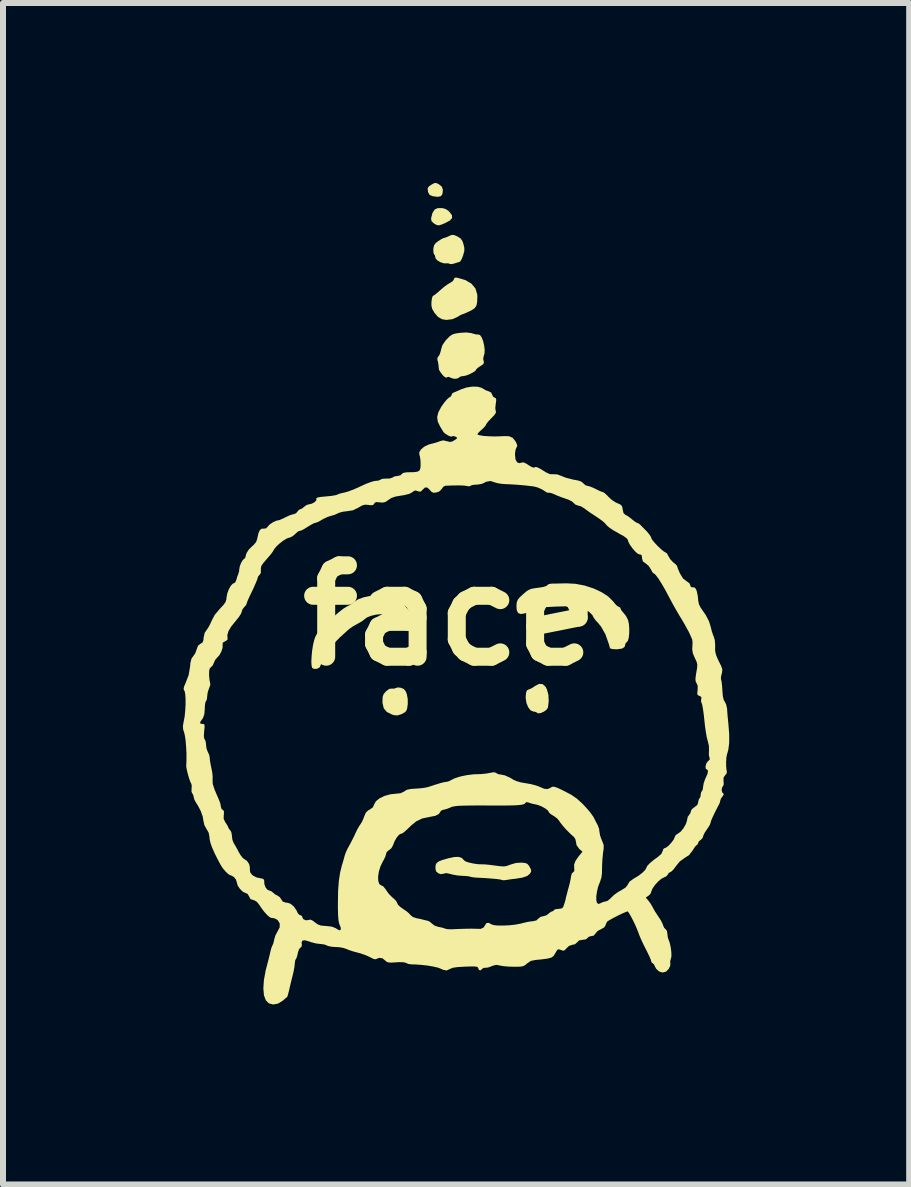
<source format=kicad_pcb>
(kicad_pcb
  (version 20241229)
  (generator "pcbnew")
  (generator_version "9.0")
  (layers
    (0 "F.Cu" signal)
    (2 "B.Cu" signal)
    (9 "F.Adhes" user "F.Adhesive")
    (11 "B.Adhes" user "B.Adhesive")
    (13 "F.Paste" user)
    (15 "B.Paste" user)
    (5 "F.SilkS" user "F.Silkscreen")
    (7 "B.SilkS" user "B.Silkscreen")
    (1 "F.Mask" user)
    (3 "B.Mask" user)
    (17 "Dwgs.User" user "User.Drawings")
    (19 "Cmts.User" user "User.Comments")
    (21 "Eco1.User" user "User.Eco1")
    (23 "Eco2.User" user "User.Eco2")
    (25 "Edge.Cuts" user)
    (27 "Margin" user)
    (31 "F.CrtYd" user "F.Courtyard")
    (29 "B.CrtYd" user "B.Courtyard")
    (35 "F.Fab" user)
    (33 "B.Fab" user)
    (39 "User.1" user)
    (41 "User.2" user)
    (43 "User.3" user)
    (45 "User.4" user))
  (footprint "face"
    (layer "F.Cu")
    (at 4.457 7.21)
    (property "Reference" "face" (at 0 0 0) (layer "F.SilkS") (effects (font (size 1.524 1.524) (thickness 0.3))))
    (attr board_only exclude_from_pos_files exclude_from_bom)
    (fp_poly (pts (xy -0.201 -7.194) (xy -0.186 -7.185) (xy -0.14 -7.147) (xy -0.124 -7.099) (xy -0.123 -7.085) (xy -0.131 -7.022) (xy -0.158 -6.988) (xy -0.211 -6.978) (xy -0.294 -6.989) (xy -0.297 -6.99) (xy -0.344 -7.01) (xy -0.367 -7.051) (xy -0.372 -7.07) (xy -0.377 -7.116) (xy -0.361 -7.147) (xy -0.318 -7.179) (xy -0.317 -7.179) (xy -0.27 -7.205) (xy -0.238 -7.21)) (stroke (width 0) (type solid)) (fill yes) (layer "F.SilkS"))
    (fp_poly (pts (xy -0.129 -6.79) (xy -0.073 -6.774) (xy -0.024 -6.738) (xy -0.013 -6.727) (xy 0.028 -6.673) (xy 0.031 -6.626) (xy -0.005 -6.584) (xy -0.081 -6.543) (xy -0.082 -6.542) (xy -0.147 -6.515) (xy -0.189 -6.503) (xy -0.22 -6.507) (xy -0.255 -6.524) (xy -0.271 -6.534) (xy -0.312 -6.572) (xy -0.32 -6.619) (xy -0.319 -6.621) (xy -0.297 -6.709) (xy -0.259 -6.767) (xy -0.209 -6.79) (xy -0.208 -6.79)) (stroke (width 0) (type solid)) (fill yes) (layer "F.SilkS"))
    (fp_poly (pts (xy 1.539 1.146) (xy 1.588 1.189) (xy 1.611 1.232) (xy 1.636 1.322) (xy 1.642 1.429) (xy 1.63 1.53) (xy 1.627 1.541) (xy 1.604 1.575) (xy 1.56 1.606) (xy 1.511 1.628) (xy 1.468 1.634) (xy 1.449 1.624) (xy 1.421 1.609) (xy 1.387 1.604) (xy 1.341 1.585) (xy 1.301 1.535) (xy 1.271 1.463) (xy 1.258 1.378) (xy 1.259 1.341) (xy 1.266 1.279) (xy 1.282 1.248) (xy 1.305 1.237) (xy 1.348 1.22) (xy 1.401 1.187) (xy 1.411 1.179) (xy 1.48 1.143)) (stroke (width 0) (type solid)) (fill yes) (layer "F.SilkS"))
    (fp_poly (pts (xy -0.821 1.208) (xy -0.774 1.228) (xy -0.744 1.264) (xy -0.724 1.313) (xy -0.709 1.393) (xy -0.708 1.481) (xy -0.72 1.559) (xy -0.737 1.598) (xy -0.765 1.622) (xy -0.814 1.648) (xy -0.823 1.651) (xy -0.88 1.668) (xy -0.932 1.665) (xy -0.974 1.652) (xy -1.058 1.61) (xy -1.108 1.55) (xy -1.129 1.465) (xy -1.13 1.428) (xy -1.127 1.359) (xy -1.111 1.313) (xy -1.075 1.271) (xy -1.071 1.266) (xy -1.016 1.226) (xy -0.976 1.221) (xy -0.932 1.222) (xy -0.914 1.213) (xy -0.87 1.201)) (stroke (width 0) (type solid)) (fill yes) (layer "F.SilkS"))
    (fp_poly (pts (xy 0.118 -5.629) (xy 0.253 -5.59) (xy 0.354 -5.53) (xy 0.42 -5.45) (xy 0.45 -5.351) (xy 0.452 -5.317) (xy 0.449 -5.225) (xy 0.436 -5.164) (xy 0.406 -5.121) (xy 0.355 -5.087) (xy 0.319 -5.069) (xy 0.259 -5.042) (xy 0.213 -5.023) (xy 0.197 -5.018) (xy 0.171 -5.007) (xy 0.129 -4.981) (xy 0.126 -4.979) (xy 0.036 -4.938) (xy -0.066 -4.926) (xy -0.138 -4.938) (xy -0.205 -4.977) (xy -0.263 -5.044) (xy -0.3 -5.108) (xy -0.314 -5.164) (xy -0.313 -5.229) (xy -0.305 -5.286) (xy -0.293 -5.321) (xy -0.287 -5.327) (xy -0.264 -5.34) (xy -0.221 -5.374) (xy -0.166 -5.422) (xy -0.164 -5.424) (xy -0.101 -5.478) (xy -0.04 -5.522) (xy 0.002 -5.546) (xy 0.044 -5.574) (xy 0.062 -5.605) (xy 0.062 -5.606) (xy 0.072 -5.629) (xy 0.107 -5.631)) (stroke (width 0) (type solid)) (fill yes) (layer "F.SilkS"))
    (fp_poly (pts (xy 0.06 -6.342) (xy 0.111 -6.322) (xy 0.117 -6.319) (xy 0.171 -6.286) (xy 0.203 -6.241) (xy 0.22 -6.191) (xy 0.235 -6.126) (xy 0.234 -6.071) (xy 0.215 -6.004) (xy 0.214 -5.999) (xy 0.191 -5.941) (xy 0.168 -5.903) (xy 0.157 -5.894) (xy 0.123 -5.884) (xy 0.07 -5.868) (xy 0.067 -5.866) (xy 0.019 -5.856) (xy -0.009 -5.86) (xy -0.01 -5.861) (xy -0.036 -5.871) (xy -0.057 -5.869) (xy -0.106 -5.87) (xy -0.163 -5.888) (xy -0.214 -5.918) (xy -0.244 -5.951) (xy -0.247 -5.963) (xy -0.256 -6.003) (xy -0.267 -6.016) (xy -0.279 -6.042) (xy -0.282 -6.093) (xy -0.282 -6.108) (xy -0.272 -6.165) (xy -0.244 -6.206) (xy -0.199 -6.241) (xy -0.148 -6.273) (xy -0.11 -6.291) (xy -0.101 -6.293) (xy -0.07 -6.302) (xy -0.022 -6.323) (xy -0.02 -6.325) (xy 0.023 -6.343)) (stroke (width 0) (type solid)) (fill yes) (layer "F.SilkS"))
    (fp_poly (pts (xy 0.352 -4.706) (xy 0.367 -4.701) (xy 0.422 -4.686) (xy 0.461 -4.682) (xy 0.466 -4.683) (xy 0.496 -4.674) (xy 0.524 -4.635) (xy 0.548 -4.574) (xy 0.565 -4.501) (xy 0.574 -4.428) (xy 0.571 -4.363) (xy 0.557 -4.321) (xy 0.549 -4.278) (xy 0.556 -4.245) (xy 0.562 -4.211) (xy 0.545 -4.185) (xy 0.503 -4.157) (xy 0.458 -4.126) (xy 0.433 -4.102) (xy 0.432 -4.097) (xy 0.415 -4.074) (xy 0.371 -4.046) (xy 0.315 -4.018) (xy 0.259 -3.997) (xy 0.22 -3.99) (xy 0.176 -3.984) (xy 0.156 -3.972) (xy 0.122 -3.95) (xy 0.07 -3.944) (xy 0.02 -3.956) (xy 0.01 -3.962) (xy -0.032 -3.978) (xy -0.053 -3.968) (xy -0.079 -3.965) (xy -0.115 -3.994) (xy -0.131 -4.012) (xy -0.166 -4.058) (xy -0.187 -4.094) (xy -0.188 -4.1) (xy -0.193 -4.138) (xy -0.196 -4.175) (xy -0.205 -4.229) (xy -0.215 -4.259) (xy -0.212 -4.299) (xy -0.197 -4.317) (xy -0.175 -4.353) (xy -0.157 -4.41) (xy -0.154 -4.429) (xy -0.13 -4.506) (xy -0.077 -4.583) (xy -0.057 -4.604) (xy -0.007 -4.655) (xy 0.037 -4.684) (xy 0.091 -4.7) (xy 0.159 -4.71) (xy 0.269 -4.717)) (stroke (width 0) (type solid)) (fill yes) (layer "F.SilkS"))
    (fp_poly (pts (xy 0.192 4.044) (xy 0.23 4.083) (xy 0.232 4.086) (xy 0.261 4.105) (xy 0.319 4.123) (xy 0.391 4.139) (xy 0.465 4.149) (xy 0.524 4.151) (xy 0.575 4.152) (xy 0.65 4.159) (xy 0.736 4.17) (xy 0.749 4.172) (xy 0.834 4.183) (xy 0.892 4.186) (xy 0.937 4.18) (xy 0.981 4.164) (xy 0.996 4.158) (xy 1.097 4.128) (xy 1.182 4.123) (xy 1.246 4.128) (xy 1.285 4.143) (xy 1.313 4.175) (xy 1.323 4.192) (xy 1.347 4.239) (xy 1.349 4.271) (xy 1.33 4.306) (xy 1.284 4.345) (xy 1.202 4.373) (xy 1.083 4.392) (xy 1.059 4.394) (xy 0.99 4.403) (xy 0.936 4.412) (xy 0.888 4.417) (xy 0.861 4.412) (xy 0.834 4.404) (xy 0.774 4.396) (xy 0.687 4.388) (xy 0.581 4.38) (xy 0.464 4.374) (xy 0.452 4.374) (xy 0.392 4.369) (xy 0.348 4.362) (xy 0.339 4.359) (xy 0.309 4.351) (xy 0.251 4.345) (xy 0.2 4.343) (xy 0.117 4.336) (xy 0.038 4.322) (xy 0.003 4.312) (xy -0.065 4.297) (xy -0.108 4.306) (xy -0.155 4.315) (xy -0.194 4.303) (xy -0.232 4.275) (xy -0.246 4.23) (xy -0.247 4.209) (xy -0.243 4.162) (xy -0.226 4.128) (xy -0.189 4.101) (xy -0.125 4.077) (xy -0.034 4.051) (xy 0.068 4.029) (xy 0.141 4.027)) (stroke (width 0) (type solid)) (fill yes) (layer "F.SilkS"))
    (fp_poly (pts (xy -1.04 -0.352) (xy -1.014 -0.336) (xy -0.969 -0.322) (xy -0.912 -0.297) (xy -0.844 -0.246) (xy -0.774 -0.18) (xy -0.712 -0.109) (xy -0.668 -0.041) (xy -0.655 -0.009) (xy -0.643 0.045) (xy -0.65 0.078) (xy -0.678 0.106) (xy -0.679 0.107) (xy -0.741 0.14) (xy -0.8 0.133) (xy -0.858 0.09) (xy -0.957 0.02) (xy -1.077 -0.016) (xy -1.146 -0.02) (xy -1.234 -0.013) (xy -1.319 0.007) (xy -1.389 0.035) (xy -1.428 0.064) (xy -1.458 0.089) (xy -1.512 0.122) (xy -1.552 0.144) (xy -1.622 0.183) (xy -1.684 0.227) (xy -1.708 0.247) (xy -1.757 0.292) (xy -1.817 0.347) (xy -1.843 0.37) (xy -1.902 0.43) (xy -1.955 0.495) (xy -1.972 0.519) (xy -2.009 0.574) (xy -2.046 0.615) (xy -2.055 0.622) (xy -2.082 0.656) (xy -2.113 0.713) (xy -2.129 0.751) (xy -2.152 0.811) (xy -2.171 0.854) (xy -2.178 0.867) (xy -2.219 0.89) (xy -2.267 0.893) (xy -2.301 0.878) (xy -2.312 0.841) (xy -2.316 0.774) (xy -2.312 0.687) (xy -2.303 0.591) (xy -2.288 0.495) (xy -2.268 0.412) (xy -2.252 0.363) (xy -2.23 0.32) (xy -2.198 0.275) (xy -2.149 0.22) (xy -2.08 0.15) (xy -2.02 0.093) (xy -1.937 0.016) (xy -1.857 -0.053) (xy -1.789 -0.107) (xy -1.739 -0.139) (xy -1.73 -0.144) (xy -1.661 -0.18) (xy -1.599 -0.226) (xy -1.595 -0.23) (xy -1.532 -0.269) (xy -1.441 -0.302) (xy -1.335 -0.324) (xy -1.228 -0.332) (xy -1.208 -0.331) (xy -1.146 -0.335) (xy -1.095 -0.347) (xy -1.091 -0.349) (xy -1.055 -0.359)) (stroke (width 0) (type solid)) (fill yes) (layer "F.SilkS"))
    (fp_poly (pts (xy 2.088 -0.526) (xy 2.241 -0.497) (xy 2.389 -0.449) (xy 2.524 -0.386) (xy 2.636 -0.313) (xy 2.718 -0.231) (xy 2.727 -0.219) (xy 2.765 -0.173) (xy 2.799 -0.147) (xy 2.808 -0.144) (xy 2.835 -0.129) (xy 2.838 -0.117) (xy 2.852 -0.085) (xy 2.886 -0.045) (xy 2.889 -0.042) (xy 2.931 0.012) (xy 2.964 0.076) (xy 2.965 0.08) (xy 2.979 0.144) (xy 2.985 0.222) (xy 2.984 0.303) (xy 2.976 0.374) (xy 2.962 0.423) (xy 2.95 0.438) (xy 2.924 0.466) (xy 2.92 0.479) (xy 2.907 0.526) (xy 2.864 0.554) (xy 2.788 0.565) (xy 2.776 0.566) (xy 2.714 0.563) (xy 2.673 0.554) (xy 2.663 0.546) (xy 2.653 0.509) (xy 2.646 0.483) (xy 2.588 0.318) (xy 2.515 0.188) (xy 2.471 0.134) (xy 2.425 0.084) (xy 2.395 0.044) (xy 2.386 0.027) (xy 2.369 -0.005) (xy 2.328 -0.047) (xy 2.273 -0.09) (xy 2.216 -0.124) (xy 2.18 -0.138) (xy 2.118 -0.146) (xy 2.021 -0.151) (xy 1.897 -0.15) (xy 1.751 -0.146) (xy 1.594 -0.137) (xy 1.442 -0.112) (xy 1.342 -0.074) (xy 1.245 -0.033) (xy 1.175 -0.022) (xy 1.13 -0.04) (xy 1.108 -0.09) (xy 1.104 -0.158) (xy 1.109 -0.216) (xy 1.125 -0.259) (xy 1.159 -0.301) (xy 1.204 -0.343) (xy 1.26 -0.392) (xy 1.304 -0.423) (xy 1.35 -0.442) (xy 1.411 -0.453) (xy 1.487 -0.463) (xy 1.557 -0.475) (xy 1.604 -0.491) (xy 1.617 -0.503) (xy 1.644 -0.522) (xy 1.697 -0.53) (xy 1.703 -0.53) (xy 1.762 -0.53) (xy 1.844 -0.532) (xy 1.933 -0.534) (xy 1.94 -0.534)) (stroke (width 0) (type solid)) (fill yes) (layer "F.SilkS"))
    (fp_poly (pts (xy 0.457 -3.812) (xy 0.526 -3.793) (xy 0.543 -3.782) (xy 0.596 -3.751) (xy 0.641 -3.736) (xy 0.684 -3.713) (xy 0.695 -3.686) (xy 0.716 -3.645) (xy 0.739 -3.631) (xy 0.761 -3.618) (xy 0.767 -3.592) (xy 0.761 -3.54) (xy 0.758 -3.524) (xy 0.751 -3.453) (xy 0.758 -3.409) (xy 0.76 -3.404) (xy 0.761 -3.378) (xy 0.731 -3.334) (xy 0.688 -3.29) (xy 0.64 -3.24) (xy 0.607 -3.199) (xy 0.596 -3.178) (xy 0.582 -3.154) (xy 0.545 -3.115) (xy 0.519 -3.092) (xy 0.477 -3.053) (xy 0.454 -3.024) (xy 0.453 -3.016) (xy 0.487 -3.003) (xy 0.552 -2.992) (xy 0.64 -2.986) (xy 0.741 -2.983) (xy 0.846 -2.986) (xy 0.895 -2.989) (xy 0.98 -2.987) (xy 1.041 -2.96) (xy 1.088 -2.902) (xy 1.101 -2.877) (xy 1.118 -2.832) (xy 1.108 -2.803) (xy 1.104 -2.799) (xy 1.09 -2.765) (xy 1.081 -2.707) (xy 1.08 -2.674) (xy 1.089 -2.597) (xy 1.116 -2.55) (xy 1.156 -2.537) (xy 1.187 -2.547) (xy 1.221 -2.551) (xy 1.27 -2.529) (xy 1.303 -2.506) (xy 1.361 -2.471) (xy 1.398 -2.463) (xy 1.405 -2.466) (xy 1.422 -2.475) (xy 1.45 -2.469) (xy 1.495 -2.447) (xy 1.564 -2.405) (xy 1.588 -2.389) (xy 1.658 -2.355) (xy 1.716 -2.353) (xy 1.717 -2.353) (xy 1.782 -2.351) (xy 1.836 -2.331) (xy 1.927 -2.295) (xy 2.052 -2.263) (xy 2.134 -2.248) (xy 2.187 -2.229) (xy 2.222 -2.199) (xy 2.222 -2.198) (xy 2.257 -2.167) (xy 2.285 -2.16) (xy 2.326 -2.15) (xy 2.386 -2.126) (xy 2.423 -2.108) (xy 2.481 -2.079) (xy 2.527 -2.06) (xy 2.543 -2.057) (xy 2.569 -2.042) (xy 2.61 -2.006) (xy 2.634 -1.98) (xy 2.694 -1.925) (xy 2.762 -1.881) (xy 2.785 -1.871) (xy 2.839 -1.847) (xy 2.865 -1.819) (xy 2.875 -1.772) (xy 2.875 -1.764) (xy 2.889 -1.705) (xy 2.919 -1.677) (xy 2.922 -1.676) (xy 2.962 -1.654) (xy 3.013 -1.616) (xy 3.028 -1.603) (xy 3.074 -1.566) (xy 3.108 -1.544) (xy 3.116 -1.543) (xy 3.146 -1.529) (xy 3.172 -1.507) (xy 3.208 -1.469) (xy 3.228 -1.45) (xy 3.28 -1.397) (xy 3.323 -1.344) (xy 3.349 -1.302) (xy 3.352 -1.288) (xy 3.367 -1.26) (xy 3.403 -1.216) (xy 3.452 -1.163) (xy 3.506 -1.112) (xy 3.553 -1.071) (xy 3.586 -1.05) (xy 3.591 -1.049) (xy 3.614 -1.032) (xy 3.636 -0.99) (xy 3.637 -0.989) (xy 3.668 -0.936) (xy 3.715 -0.887) (xy 3.721 -0.882) (xy 3.762 -0.848) (xy 3.783 -0.821) (xy 3.784 -0.817) (xy 3.792 -0.788) (xy 3.813 -0.737) (xy 3.83 -0.699) (xy 3.881 -0.615) (xy 3.941 -0.569) (xy 3.989 -0.534) (xy 4.003 -0.5) (xy 4.013 -0.472) (xy 4.046 -0.468) (xy 4.079 -0.462) (xy 4.1 -0.432) (xy 4.112 -0.396) (xy 4.127 -0.324) (xy 4.134 -0.254) (xy 4.134 -0.25) (xy 4.147 -0.184) (xy 4.176 -0.127) (xy 4.26 -0.006) (xy 4.315 0.101) (xy 4.343 0.192) (xy 4.361 0.265) (xy 4.383 0.331) (xy 4.393 0.353) (xy 4.41 0.409) (xy 4.417 0.485) (xy 4.417 0.52) (xy 4.416 0.575) (xy 4.422 0.624) (xy 4.438 0.677) (xy 4.467 0.744) (xy 4.512 0.834) (xy 4.519 0.849) (xy 4.537 0.901) (xy 4.531 0.956) (xy 4.525 0.977) (xy 4.513 1.03) (xy 4.514 1.069) (xy 4.516 1.072) (xy 4.524 1.103) (xy 4.531 1.163) (xy 4.537 1.24) (xy 4.537 1.25) (xy 4.545 1.348) (xy 4.56 1.412) (xy 4.578 1.441) (xy 4.601 1.488) (xy 4.616 1.557) (xy 4.617 1.578) (xy 4.622 1.653) (xy 4.631 1.746) (xy 4.638 1.814) (xy 4.651 1.986) (xy 4.651 2.127) (xy 4.636 2.243) (xy 4.613 2.324) (xy 4.604 2.371) (xy 4.6 2.439) (xy 4.6 2.511) (xy 4.605 2.57) (xy 4.611 2.594) (xy 4.609 2.635) (xy 4.585 2.664) (xy 4.557 2.705) (xy 4.556 2.759) (xy 4.557 2.767) (xy 4.56 2.82) (xy 4.547 2.847) (xy 4.529 2.878) (xy 4.526 2.921) (xy 4.539 2.958) (xy 4.55 2.967) (xy 4.562 2.983) (xy 4.542 3.015) (xy 4.54 3.017) (xy 4.513 3.056) (xy 4.504 3.082) (xy 4.495 3.12) (xy 4.486 3.142) (xy 4.421 3.268) (xy 4.376 3.362) (xy 4.349 3.424) (xy 4.34 3.458) (xy 4.34 3.46) (xy 4.328 3.492) (xy 4.298 3.542) (xy 4.278 3.57) (xy 4.242 3.624) (xy 4.22 3.671) (xy 4.217 3.686) (xy 4.2 3.723) (xy 4.175 3.743) (xy 4.142 3.772) (xy 4.134 3.794) (xy 4.119 3.825) (xy 4.109 3.83) (xy 4.085 3.853) (xy 4.054 3.898) (xy 4.042 3.919) (xy 3.981 3.998) (xy 3.915 4.04) (xy 3.827 4.103) (xy 3.765 4.179) (xy 3.725 4.233) (xy 3.69 4.269) (xy 3.672 4.278) (xy 3.643 4.295) (xy 3.63 4.318) (xy 3.603 4.351) (xy 3.562 4.37) (xy 3.518 4.393) (xy 3.465 4.439) (xy 3.413 4.496) (xy 3.373 4.554) (xy 3.353 4.601) (xy 3.352 4.607) (xy 3.337 4.645) (xy 3.306 4.674) (xy 3.26 4.705) (xy 3.302 4.754) (xy 3.34 4.806) (xy 3.377 4.869) (xy 3.379 4.874) (xy 3.414 4.937) (xy 3.46 5.007) (xy 3.475 5.029) (xy 3.514 5.089) (xy 3.542 5.147) (xy 3.548 5.166) (xy 3.567 5.21) (xy 3.59 5.232) (xy 3.612 5.259) (xy 3.62 5.306) (xy 3.626 5.363) (xy 3.639 5.404) (xy 3.66 5.461) (xy 3.676 5.535) (xy 3.686 5.614) (xy 3.688 5.681) (xy 3.68 5.721) (xy 3.667 5.766) (xy 3.669 5.791) (xy 3.669 5.839) (xy 3.643 5.894) (xy 3.6 5.938) (xy 3.595 5.941) (xy 3.539 5.955) (xy 3.481 5.937) (xy 3.433 5.892) (xy 3.416 5.86) (xy 3.396 5.818) (xy 3.374 5.8) (xy 3.374 5.8) (xy 3.355 5.783) (xy 3.352 5.77) (xy 3.343 5.739) (xy 3.319 5.683) (xy 3.283 5.609) (xy 3.263 5.569) (xy 3.219 5.483) (xy 3.181 5.4) (xy 3.153 5.334) (xy 3.147 5.317) (xy 3.123 5.253) (xy 3.091 5.177) (xy 3.054 5.099) (xy 3.017 5.027) (xy 2.985 4.971) (xy 2.963 4.94) (xy 2.957 4.936) (xy 2.927 4.945) (xy 2.873 4.969) (xy 2.804 5.002) (xy 2.733 5.038) (xy 2.671 5.072) (xy 2.627 5.098) (xy 2.615 5.108) (xy 2.595 5.148) (xy 2.588 5.171) (xy 2.564 5.205) (xy 2.512 5.233) (xy 2.511 5.234) (xy 2.458 5.262) (xy 2.425 5.3) (xy 2.424 5.302) (xy 2.392 5.34) (xy 2.355 5.347) (xy 2.311 5.358) (xy 2.29 5.378) (xy 2.261 5.402) (xy 2.209 5.409) (xy 2.148 5.42) (xy 2.118 5.45) (xy 2.079 5.484) (xy 2.041 5.491) (xy 1.981 5.511) (xy 1.942 5.547) (xy 1.908 5.584) (xy 1.878 5.591) (xy 1.845 5.579) (xy 1.81 5.567) (xy 1.786 5.576) (xy 1.762 5.614) (xy 1.753 5.631) (xy 1.723 5.679) (xy 1.688 5.705) (xy 1.63 5.721) (xy 1.613 5.724) (xy 1.531 5.735) (xy 1.448 5.743) (xy 1.426 5.745) (xy 1.344 5.761) (xy 1.281 5.804) (xy 1.248 5.832) (xy 1.215 5.849) (xy 1.168 5.857) (xy 1.098 5.859) (xy 1.059 5.859) (xy 0.971 5.856) (xy 0.89 5.849) (xy 0.832 5.839) (xy 0.827 5.838) (xy 0.767 5.827) (xy 0.708 5.842) (xy 0.687 5.851) (xy 0.633 5.871) (xy 0.592 5.876) (xy 0.586 5.875) (xy 0.551 5.879) (xy 0.534 5.894) (xy 0.5 5.921) (xy 0.477 5.909) (xy 0.468 5.886) (xy 0.46 5.869) (xy 0.441 5.859) (xy 0.404 5.854) (xy 0.342 5.854) (xy 0.246 5.857) (xy 0.245 5.857) (xy 0.124 5.864) (xy 0.043 5.876) (xy 0.000385 5.893) (xy -0.002 5.894) (xy -0.059 5.921) (xy -0.125 5.908) (xy -0.15 5.895) (xy -0.2 5.875) (xy -0.28 5.856) (xy -0.379 5.839) (xy -0.487 5.827) (xy -0.593 5.82) (xy -0.646 5.819) (xy -0.7 5.812) (xy -0.734 5.796) (xy -0.775 5.784) (xy -0.85 5.782) (xy -0.904 5.785) (xy -0.985 5.79) (xy -1.036 5.786) (xy -1.065 5.773) (xy -1.071 5.767) (xy -1.128 5.719) (xy -1.184 5.71) (xy -1.212 5.721) (xy -1.244 5.734) (xy -1.28 5.728) (xy -1.336 5.7) (xy -1.337 5.699) (xy -1.407 5.667) (xy -1.493 5.637) (xy -1.545 5.623) (xy -1.623 5.602) (xy -1.694 5.578) (xy -1.729 5.563) (xy -1.785 5.544) (xy -1.86 5.532) (xy -1.908 5.53) (xy -1.978 5.525) (xy -2.033 5.514) (xy -2.055 5.505) (xy -2.093 5.489) (xy -2.152 5.48) (xy -2.168 5.479) (xy -2.239 5.47) (xy -2.321 5.449) (xy -2.35 5.438) (xy -2.423 5.417) (xy -2.466 5.423) (xy -2.479 5.457) (xy -2.474 5.491) (xy -2.481 5.527) (xy -2.497 5.539) (xy -2.521 5.566) (xy -2.539 5.619) (xy -2.542 5.635) (xy -2.555 5.69) (xy -2.569 5.725) (xy -2.574 5.73) (xy -2.586 5.756) (xy -2.592 5.804) (xy -2.592 5.806) (xy -2.598 5.862) (xy -2.612 5.938) (xy -2.625 5.995) (xy -2.649 6.089) (xy -2.673 6.19) (xy -2.684 6.239) (xy -2.7 6.303) (xy -2.713 6.348) (xy -2.719 6.362) (xy -2.737 6.377) (xy -2.774 6.408) (xy -2.787 6.42) (xy -2.868 6.472) (xy -2.951 6.488) (xy -3.025 6.469) (xy -3.075 6.418) (xy -3.106 6.335) (xy -3.116 6.221) (xy -3.107 6.082) (xy -3.077 5.918) (xy -3.054 5.831) (xy -3.032 5.746) (xy -3.011 5.661) (xy -3.001 5.617) (xy -2.986 5.557) (xy -2.97 5.513) (xy -2.965 5.504) (xy -2.95 5.47) (xy -2.937 5.415) (xy -2.935 5.404) (xy -2.915 5.336) (xy -2.883 5.276) (xy -2.881 5.272) (xy -2.844 5.202) (xy -2.843 5.136) (xy -2.876 5.082) (xy -2.891 5.071) (xy -2.937 5.049) (xy -2.971 5.046) (xy -3.002 5.038) (xy -3.048 5.001) (xy -3.102 4.942) (xy -3.157 4.868) (xy -3.174 4.84) (xy -3.222 4.778) (xy -3.269 4.75) (xy -3.284 4.747) (xy -3.332 4.729) (xy -3.352 4.689) (xy -3.379 4.644) (xy -3.409 4.631) (xy -3.458 4.608) (xy -3.507 4.56) (xy -3.545 4.503) (xy -3.558 4.454) (xy -3.572 4.407) (xy -3.606 4.364) (xy -3.645 4.34) (xy -3.652 4.339) (xy -3.691 4.321) (xy -3.741 4.277) (xy -3.792 4.217) (xy -3.832 4.154) (xy -3.875 4.073) (xy -3.904 4.016) (xy -3.926 3.972) (xy -3.946 3.927) (xy -3.971 3.87) (xy -3.971 3.87) (xy -3.997 3.798) (xy -4.012 3.73) (xy -4.014 3.698) (xy -4.028 3.623) (xy -4.061 3.567) (xy -4.1 3.496) (xy -4.114 3.431) (xy -4.127 3.355) (xy -4.16 3.262) (xy -4.209 3.169) (xy -4.236 3.127) (xy -4.265 3.075) (xy -4.278 3.028) (xy -4.278 3.026) (xy -4.288 2.986) (xy -4.301 2.971) (xy -4.314 2.941) (xy -4.313 2.89) (xy -4.313 2.889) (xy -4.31 2.838) (xy -4.318 2.806) (xy -4.319 2.805) (xy -4.334 2.775) (xy -4.354 2.719) (xy -4.374 2.65) (xy -4.391 2.581) (xy -4.401 2.528) (xy -4.402 2.509) (xy -4.398 2.414) (xy -4.398 2.304) (xy -4.404 2.193) (xy -4.412 2.089) (xy -4.424 2.006) (xy -4.435 1.959) (xy -4.454 1.899) (xy -4.457 1.845) (xy -4.45 1.801) (xy -4.17 1.801) (xy -4.143 1.81) (xy -4.132 1.81) (xy -4.108 1.813) (xy -4.097 1.828) (xy -4.096 1.866) (xy -4.103 1.931) (xy -4.108 2.013) (xy -4.101 2.058) (xy -4.095 2.066) (xy -4.08 2.094) (xy -4.072 2.145) (xy -4.072 2.156) (xy -4.064 2.22) (xy -4.044 2.273) (xy -4.041 2.277) (xy -4.018 2.33) (xy -4.011 2.369) (xy -4.007 2.413) (xy -3.996 2.482) (xy -3.982 2.549) (xy -3.967 2.627) (xy -3.961 2.699) (xy -3.963 2.74) (xy -3.96 2.812) (xy -3.929 2.906) (xy -3.929 2.906) (xy -3.886 3.007) (xy -3.856 3.077) (xy -3.838 3.124) (xy -3.829 3.156) (xy -3.826 3.179) (xy -3.825 3.189) (xy -3.812 3.229) (xy -3.794 3.242) (xy -3.774 3.262) (xy -3.773 3.306) (xy -3.776 3.326) (xy -3.778 3.391) (xy -3.751 3.449) (xy -3.746 3.456) (xy -3.717 3.5) (xy -3.702 3.532) (xy -3.702 3.534) (xy -3.688 3.562) (xy -3.671 3.579) (xy -3.65 3.616) (xy -3.64 3.672) (xy -3.64 3.679) (xy -3.632 3.743) (xy -3.611 3.796) (xy -3.609 3.799) (xy -3.583 3.842) (xy -3.548 3.905) (xy -3.527 3.946) (xy -3.491 4.005) (xy -3.456 4.048) (xy -3.436 4.062) (xy -3.388 4.095) (xy -3.352 4.149) (xy -3.34 4.208) (xy -3.342 4.221) (xy -3.337 4.282) (xy -3.298 4.333) (xy -3.231 4.369) (xy -3.185 4.379) (xy -3.128 4.391) (xy -3.104 4.407) (xy -3.102 4.43) (xy -3.099 4.483) (xy -3.079 4.536) (xy -3.048 4.575) (xy -3.023 4.586) (xy -2.981 4.601) (xy -2.96 4.619) (xy -2.919 4.653) (xy -2.885 4.67) (xy -2.842 4.699) (xy -2.824 4.725) (xy -2.794 4.771) (xy -2.742 4.79) (xy -2.711 4.792) (xy -2.66 4.81) (xy -2.607 4.856) (xy -2.562 4.921) (xy -2.544 4.962) (xy -2.518 4.992) (xy -2.5 4.998) (xy -2.472 5.013) (xy -2.468 5.028) (xy -2.451 5.064) (xy -2.411 5.084) (xy -2.365 5.08) (xy -2.362 5.078) (xy -2.328 5.073) (xy -2.285 5.095) (xy -2.258 5.117) (xy -2.208 5.153) (xy -2.155 5.172) (xy -2.079 5.179) (xy -2.07 5.179) (xy -1.975 5.19) (xy -1.91 5.215) (xy -1.896 5.225) (xy -1.85 5.251) (xy -1.826 5.243) (xy -1.826 5.206) (xy -1.841 5.168) (xy -1.855 5.13) (xy -1.864 5.076) (xy -1.87 4.998) (xy -1.873 4.891) (xy -1.873 4.795) (xy -1.87 4.598) (xy -1.858 4.433) (xy -1.847 4.358) (xy -1.203 4.358) (xy -1.2 4.429) (xy -1.182 4.481) (xy -1.15 4.504) (xy -1.143 4.504) (xy -1.115 4.521) (xy -1.081 4.562) (xy -1.069 4.581) (xy -1.023 4.645) (xy -0.965 4.703) (xy -0.956 4.71) (xy -0.912 4.75) (xy -0.887 4.788) (xy -0.885 4.797) (xy -0.868 4.829) (xy -0.823 4.869) (xy -0.787 4.894) (xy -0.727 4.935) (xy -0.68 4.976) (xy -0.664 4.996) (xy -0.624 5.029) (xy -0.563 5.049) (xy -0.561 5.05) (xy -0.502 5.061) (xy -0.457 5.073) (xy -0.452 5.074) (xy -0.405 5.086) (xy -0.382 5.09) (xy -0.34 5.108) (xy -0.307 5.138) (xy -0.262 5.172) (xy -0.199 5.194) (xy -0.192 5.195) (xy -0.133 5.207) (xy -0.089 5.221) (xy -0.084 5.224) (xy -0.047 5.232) (xy 0.013 5.234) (xy 0.05 5.233) (xy 0.133 5.229) (xy 0.229 5.226) (xy 0.278 5.225) (xy 0.349 5.224) (xy 0.407 5.225) (xy 0.432 5.226) (xy 0.509 5.227) (xy 0.558 5.203) (xy 0.576 5.173) (xy 0.604 5.13) (xy 0.643 5.127) (xy 0.686 5.151) (xy 0.727 5.165) (xy 0.798 5.172) (xy 0.889 5.172) (xy 0.989 5.167) (xy 1.088 5.156) (xy 1.176 5.139) (xy 1.207 5.131) (xy 1.281 5.113) (xy 1.35 5.102) (xy 1.373 5.101) (xy 1.437 5.086) (xy 1.465 5.059) (xy 1.507 5.026) (xy 1.544 5.018) (xy 1.599 5.003) (xy 1.635 4.977) (xy 1.673 4.946) (xy 1.7 4.936) (xy 1.725 4.924) (xy 1.728 4.915) (xy 1.746 4.902) (xy 1.79 4.895) (xy 1.8 4.895) (xy 1.859 4.886) (xy 1.883 4.864) (xy 1.899 4.817) (xy 1.906 4.797) (xy 1.92 4.749) (xy 1.924 4.73) (xy 1.931 4.697) (xy 1.947 4.636) (xy 1.967 4.559) (xy 1.972 4.544) (xy 1.993 4.463) (xy 2.008 4.393) (xy 2.015 4.347) (xy 2.016 4.343) (xy 2.028 4.301) (xy 2.047 4.285) (xy 2.069 4.262) (xy 2.067 4.215) (xy 2.065 4.155) (xy 2.09 4.09) (xy 2.145 4.012) (xy 2.155 4.001) (xy 2.205 3.94) (xy 2.151 3.894) (xy 2.106 3.832) (xy 2.098 3.786) (xy 2.087 3.733) (xy 2.065 3.698) (xy 2.003 3.642) (xy 1.936 3.575) (xy 1.875 3.506) (xy 1.829 3.447) (xy 1.814 3.423) (xy 1.782 3.386) (xy 1.731 3.348) (xy 1.719 3.341) (xy 1.672 3.312) (xy 1.647 3.286) (xy 1.645 3.281) (xy 1.627 3.252) (xy 1.582 3.218) (xy 1.522 3.185) (xy 1.458 3.16) (xy 1.427 3.153) (xy 1.364 3.14) (xy 1.314 3.124) (xy 1.309 3.121) (xy 1.27 3.113) (xy 1.254 3.127) (xy 1.242 3.14) (xy 1.221 3.15) (xy 1.186 3.158) (xy 1.133 3.164) (xy 1.058 3.168) (xy 0.957 3.17) (xy 0.824 3.171) (xy 0.656 3.171) (xy 0.599 3.17) (xy 0.434 3.17) (xy 0.305 3.171) (xy 0.206 3.173) (xy 0.133 3.176) (xy 0.08 3.182) (xy 0.041 3.189) (xy 0.011 3.199) (xy 0.004 3.203) (xy -0.055 3.226) (xy -0.105 3.24) (xy -0.111 3.24) (xy -0.148 3.253) (xy -0.16 3.267) (xy -0.19 3.312) (xy -0.248 3.342) (xy -0.34 3.36) (xy -0.466 3.386) (xy -0.568 3.435) (xy -0.652 3.504) (xy -0.719 3.569) (xy -0.764 3.609) (xy -0.793 3.632) (xy -0.815 3.64) (xy -0.824 3.641) (xy -0.855 3.659) (xy -0.892 3.704) (xy -0.927 3.763) (xy -0.951 3.824) (xy -0.954 3.833) (xy -0.982 3.883) (xy -1.019 3.912) (xy -1.058 3.944) (xy -1.069 3.976) (xy -1.08 4.016) (xy -1.107 4.074) (xy -1.128 4.111) (xy -1.166 4.191) (xy -1.191 4.276) (xy -1.203 4.358) (xy -1.847 4.358) (xy -1.837 4.292) (xy -1.806 4.166) (xy -1.799 4.144) (xy -1.779 4.077) (xy -1.762 4.015) (xy -1.76 4.006) (xy -1.743 3.956) (xy -1.712 3.889) (xy -1.691 3.852) (xy -1.649 3.773) (xy -1.604 3.684) (xy -1.584 3.64) (xy -1.551 3.571) (xy -1.518 3.513) (xy -1.499 3.486) (xy -1.471 3.441) (xy -1.443 3.377) (xy -1.436 3.356) (xy -1.408 3.29) (xy -1.368 3.251) (xy -1.345 3.24) (xy -1.29 3.201) (xy -1.269 3.152) (xy -1.239 3.099) (xy -1.178 3.05) (xy -1.094 3.01) (xy -0.997 2.983) (xy -0.92 2.975) (xy -0.832 2.966) (xy -0.774 2.941) (xy -0.763 2.932) (xy -0.723 2.908) (xy -0.664 2.895) (xy -0.579 2.889) (xy -0.495 2.883) (xy -0.417 2.873) (xy -0.369 2.862) (xy -0.252 2.824) (xy -0.168 2.798) (xy -0.111 2.783) (xy -0.075 2.777) (xy -0.066 2.777) (xy -0.02 2.765) (xy 0.011 2.748) (xy 0.077 2.716) (xy 0.171 2.686) (xy 0.277 2.664) (xy 0.383 2.651) (xy 0.432 2.649) (xy 0.519 2.646) (xy 0.605 2.637) (xy 0.654 2.628) (xy 0.719 2.616) (xy 0.757 2.622) (xy 0.766 2.63) (xy 0.805 2.649) (xy 0.836 2.653) (xy 0.912 2.668) (xy 1.002 2.709) (xy 1.055 2.742) (xy 1.108 2.765) (xy 1.187 2.787) (xy 1.262 2.799) (xy 1.35 2.815) (xy 1.433 2.837) (xy 1.491 2.859) (xy 1.563 2.89) (xy 1.615 2.897) (xy 1.662 2.881) (xy 1.678 2.87) (xy 1.701 2.858) (xy 1.728 2.857) (xy 1.766 2.867) (xy 1.826 2.893) (xy 1.905 2.932) (xy 2.019 2.992) (xy 2.11 3.055) (xy 2.197 3.133) (xy 2.226 3.163) (xy 2.29 3.233) (xy 2.346 3.302) (xy 2.385 3.357) (xy 2.395 3.374) (xy 2.426 3.437) (xy 2.456 3.493) (xy 2.458 3.496) (xy 2.481 3.557) (xy 2.488 3.61) (xy 2.498 3.669) (xy 2.522 3.737) (xy 2.53 3.754) (xy 2.559 3.832) (xy 2.557 3.897) (xy 2.547 3.963) (xy 2.538 4.056) (xy 2.532 4.163) (xy 2.53 4.268) (xy 2.53 4.293) (xy 2.521 4.37) (xy 2.496 4.447) (xy 2.491 4.457) (xy 2.465 4.526) (xy 2.446 4.607) (xy 2.435 4.687) (xy 2.436 4.755) (xy 2.446 4.792) (xy 2.469 4.812) (xy 2.501 4.802) (xy 2.508 4.797) (xy 2.558 4.776) (xy 2.589 4.771) (xy 2.627 4.757) (xy 2.672 4.719) (xy 2.685 4.705) (xy 2.736 4.657) (xy 2.806 4.608) (xy 2.845 4.587) (xy 2.921 4.54) (xy 2.958 4.495) (xy 2.961 4.485) (xy 2.992 4.437) (xy 3.058 4.39) (xy 3.065 4.386) (xy 3.138 4.342) (xy 3.202 4.293) (xy 3.249 4.246) (xy 3.27 4.21) (xy 3.27 4.206) (xy 3.287 4.174) (xy 3.331 4.129) (xy 3.396 4.075) (xy 3.459 4.03) (xy 3.519 3.978) (xy 3.542 3.928) (xy 3.555 3.892) (xy 3.573 3.882) (xy 3.603 3.87) (xy 3.645 3.836) (xy 3.688 3.788) (xy 3.724 3.74) (xy 3.742 3.701) (xy 3.743 3.696) (xy 3.76 3.662) (xy 3.794 3.641) (xy 3.841 3.607) (xy 3.889 3.549) (xy 3.928 3.481) (xy 3.948 3.419) (xy 3.949 3.407) (xy 3.961 3.357) (xy 3.98 3.332) (xy 4.006 3.292) (xy 4.011 3.268) (xy 4.028 3.232) (xy 4.071 3.199) (xy 4.072 3.198) (xy 4.121 3.159) (xy 4.134 3.117) (xy 4.142 3.073) (xy 4.154 3.054) (xy 4.171 3.026) (xy 4.175 2.992) (xy 4.183 2.949) (xy 4.196 2.931) (xy 4.21 2.903) (xy 4.216 2.857) (xy 4.226 2.799) (xy 4.249 2.731) (xy 4.257 2.715) (xy 4.289 2.642) (xy 4.297 2.593) (xy 4.283 2.571) (xy 4.278 2.571) (xy 4.259 2.555) (xy 4.257 2.517) (xy 4.268 2.473) (xy 4.291 2.438) (xy 4.299 2.431) (xy 4.328 2.402) (xy 4.322 2.371) (xy 4.312 2.33) (xy 4.313 2.27) (xy 4.314 2.259) (xy 4.313 2.178) (xy 4.293 2.093) (xy 4.293 2.093) (xy 4.278 2.038) (xy 4.263 1.953) (xy 4.248 1.851) (xy 4.237 1.748) (xy 4.226 1.648) (xy 4.214 1.562) (xy 4.203 1.499) (xy 4.193 1.467) (xy 4.192 1.466) (xy 4.181 1.429) (xy 4.185 1.398) (xy 4.187 1.361) (xy 4.155 1.343) (xy 4.155 1.343) (xy 4.127 1.33) (xy 4.118 1.303) (xy 4.124 1.253) (xy 4.126 1.175) (xy 4.107 1.131) (xy 4.092 1.102) (xy 4.088 1.064) (xy 4.094 1.007) (xy 4.103 0.95) (xy 4.116 0.875) (xy 4.119 0.824) (xy 4.11 0.78) (xy 4.087 0.729) (xy 4.078 0.711) (xy 4.045 0.633) (xy 4.034 0.565) (xy 4.037 0.517) (xy 4.04 0.453) (xy 4.034 0.404) (xy 4.03 0.392) (xy 4.009 0.345) (xy 4.002 0.329) (xy 3.981 0.283) (xy 3.973 0.267) (xy 3.95 0.227) (xy 3.926 0.182) (xy 3.901 0.137) (xy 3.862 0.071) (xy 3.818 -0.001) (xy 3.817 -0.003) (xy 3.77 -0.083) (xy 3.714 -0.182) (xy 3.66 -0.283) (xy 3.641 -0.319) (xy 3.581 -0.431) (xy 3.523 -0.531) (xy 3.471 -0.613) (xy 3.428 -0.67) (xy 3.399 -0.698) (xy 3.393 -0.699) (xy 3.373 -0.716) (xy 3.349 -0.759) (xy 3.344 -0.769) (xy 3.308 -0.825) (xy 3.259 -0.866) (xy 3.257 -0.867) (xy 3.212 -0.9) (xy 3.198 -0.948) (xy 3.198 -0.957) (xy 3.192 -1.001) (xy 3.17 -1.015) (xy 3.157 -1.015) (xy 3.124 -1.029) (xy 3.08 -1.069) (xy 3.034 -1.123) (xy 2.993 -1.181) (xy 2.967 -1.233) (xy 2.962 -1.257) (xy 2.943 -1.284) (xy 2.889 -1.323) (xy 2.805 -1.369) (xy 2.804 -1.37) (xy 2.726 -1.414) (xy 2.658 -1.459) (xy 2.613 -1.497) (xy 2.606 -1.505) (xy 2.578 -1.538) (xy 2.537 -1.574) (xy 2.476 -1.618) (xy 2.389 -1.676) (xy 2.334 -1.712) (xy 2.29 -1.743) (xy 2.237 -1.782) (xy 2.235 -1.784) (xy 2.183 -1.816) (xy 2.136 -1.83) (xy 2.132 -1.83) (xy 2.086 -1.847) (xy 2.062 -1.871) (xy 2.028 -1.9) (xy 1.971 -1.929) (xy 1.937 -1.941) (xy 1.855 -1.969) (xy 1.771 -2.002) (xy 1.749 -2.013) (xy 1.693 -2.036) (xy 1.652 -2.045) (xy 1.641 -2.044) (xy 1.613 -2.047) (xy 1.587 -2.064) (xy 1.531 -2.1) (xy 1.456 -2.133) (xy 1.388 -2.15) (xy 1.252 -2.166) (xy 1.102 -2.179) (xy 0.963 -2.187) (xy 0.936 -2.187) (xy 0.856 -2.193) (xy 0.788 -2.204) (xy 0.747 -2.216) (xy 0.671 -2.24) (xy 0.596 -2.227) (xy 0.567 -2.21) (xy 0.521 -2.191) (xy 0.457 -2.181) (xy 0.439 -2.18) (xy 0.383 -2.176) (xy 0.345 -2.165) (xy 0.34 -2.16) (xy 0.313 -2.151) (xy 0.282 -2.156) (xy 0.232 -2.164) (xy 0.144 -2.167) (xy 0.022 -2.165) (xy -0.084 -2.161) (xy -0.117 -2.143) (xy -0.139 -2.111) (xy -0.181 -2.067) (xy -0.229 -2.049) (xy -0.282 -2.044) (xy -0.316 -2.063) (xy -0.336 -2.087) (xy -0.38 -2.13) (xy -0.42 -2.133) (xy -0.46 -2.095) (xy -0.461 -2.094) (xy -0.491 -2.064) (xy -0.525 -2.065) (xy -0.542 -2.072) (xy -0.585 -2.083) (xy -0.621 -2.063) (xy -0.63 -2.055) (xy -0.682 -2.026) (xy -0.772 -2.004) (xy -0.818 -1.997) (xy -0.913 -1.981) (xy -0.98 -1.958) (xy -1.03 -1.925) (xy -1.081 -1.89) (xy -1.13 -1.88) (xy -1.174 -1.884) (xy -1.229 -1.889) (xy -1.258 -1.879) (xy -1.267 -1.863) (xy -1.285 -1.841) (xy -1.32 -1.836) (xy -1.361 -1.841) (xy -1.419 -1.846) (xy -1.47 -1.832) (xy -1.528 -1.798) (xy -1.622 -1.752) (xy -1.719 -1.737) (xy -1.791 -1.728) (xy -1.853 -1.711) (xy -1.874 -1.701) (xy -1.931 -1.675) (xy -1.989 -1.659) (xy -2.048 -1.64) (xy -2.117 -1.607) (xy -2.138 -1.595) (xy -2.193 -1.563) (xy -2.237 -1.545) (xy -2.25 -1.543) (xy -2.281 -1.532) (xy -2.334 -1.503) (xy -2.386 -1.471) (xy -2.444 -1.435) (xy -2.489 -1.413) (xy -2.509 -1.409) (xy -2.532 -1.402) (xy -2.57 -1.372) (xy -2.584 -1.357) (xy -2.631 -1.318) (xy -2.675 -1.297) (xy -2.684 -1.296) (xy -2.724 -1.282) (xy -2.781 -1.248) (xy -2.842 -1.201) (xy -2.897 -1.151) (xy -2.933 -1.107) (xy -2.937 -1.1) (xy -2.964 -1.055) (xy -3.003 -1.004) (xy -3.005 -1.002) (xy -3.053 -0.947) (xy -3.104 -0.887) (xy -3.111 -0.88) (xy -3.15 -0.824) (xy -3.159 -0.776) (xy -3.157 -0.76) (xy -3.159 -0.703) (xy -3.177 -0.679) (xy -3.203 -0.649) (xy -3.208 -0.634) (xy -3.217 -0.602) (xy -3.242 -0.54) (xy -3.28 -0.454) (xy -3.329 -0.351) (xy -3.344 -0.32) (xy -3.372 -0.259) (xy -3.39 -0.213) (xy -3.394 -0.196) (xy -3.408 -0.167) (xy -3.435 -0.138) (xy -3.466 -0.097) (xy -3.476 -0.063) (xy -3.489 -0.027) (xy -3.523 0.026) (xy -3.568 0.082) (xy -3.65 0.183) (xy -3.699 0.265) (xy -3.717 0.331) (xy -3.714 0.362) (xy -3.712 0.402) (xy -3.74 0.426) (xy -3.754 0.432) (xy -3.792 0.455) (xy -3.796 0.488) (xy -3.795 0.493) (xy -3.796 0.542) (xy -3.817 0.605) (xy -3.851 0.666) (xy -3.888 0.706) (xy -3.921 0.745) (xy -3.939 0.788) (xy -3.962 0.837) (xy -3.989 0.863) (xy -4.01 0.885) (xy -4.02 0.928) (xy -4.021 0.993) (xy -4.016 1.059) (xy -4.008 1.11) (xy -4.003 1.127) (xy -4.001 1.16) (xy -4.018 1.208) (xy -4.02 1.212) (xy -4.043 1.278) (xy -4.052 1.345) (xy -4.057 1.396) (xy -4.07 1.428) (xy -4.072 1.429) (xy -4.084 1.455) (xy -4.091 1.509) (xy -4.093 1.559) (xy -4.1 1.648) (xy -4.121 1.709) (xy -4.134 1.728) (xy -4.167 1.775) (xy -4.17 1.801) (xy -4.45 1.801) (xy -4.446 1.777) (xy -4.443 1.764) (xy -4.428 1.684) (xy -4.419 1.589) (xy -4.413 1.49) (xy -4.413 1.396) (xy -4.418 1.318) (xy -4.428 1.266) (xy -4.434 1.255) (xy -4.446 1.228) (xy -4.439 1.19) (xy -4.413 1.129) (xy -4.412 1.127) (xy -4.362 0.996) (xy -4.337 0.85) (xy -4.333 0.798) (xy -4.315 0.723) (xy -4.286 0.682) (xy -4.252 0.633) (xy -4.229 0.571) (xy -4.228 0.566) (xy -4.205 0.505) (xy -4.164 0.473) (xy -4.129 0.451) (xy -4.115 0.412) (xy -4.113 0.377) (xy -4.095 0.292) (xy -4.065 0.248) (xy -4.03 0.197) (xy -3.994 0.127) (xy -3.98 0.093) (xy -3.926 -0.009) (xy -3.841 -0.11) (xy -3.838 -0.113) (xy -3.781 -0.174) (xy -3.748 -0.22) (xy -3.733 -0.266) (xy -3.73 -0.3) (xy -3.717 -0.367) (xy -3.692 -0.435) (xy -3.659 -0.493) (xy -3.625 -0.529) (xy -3.608 -0.535) (xy -3.583 -0.552) (xy -3.567 -0.591) (xy -3.551 -0.647) (xy -3.536 -0.684) (xy -3.521 -0.732) (xy -3.517 -0.773) (xy -3.508 -0.821) (xy -3.487 -0.875) (xy -3.46 -0.921) (xy -3.434 -0.945) (xy -3.43 -0.946) (xy -3.416 -0.963) (xy -3.414 -0.979) (xy -3.398 -1.035) (xy -3.358 -1.098) (xy -3.303 -1.153) (xy -3.29 -1.162) (xy -3.237 -1.222) (xy -3.219 -1.274) (xy -3.199 -1.366) (xy -3.175 -1.421) (xy -3.144 -1.445) (xy -3.116 -1.445) (xy -3.069 -1.451) (xy -3.046 -1.477) (xy -3.011 -1.515) (xy -2.955 -1.553) (xy -2.897 -1.579) (xy -2.869 -1.584) (xy -2.838 -1.593) (xy -2.785 -1.616) (xy -2.748 -1.635) (xy -2.685 -1.665) (xy -2.632 -1.683) (xy -2.612 -1.686) (xy -2.571 -1.703) (xy -2.55 -1.728) (xy -2.522 -1.76) (xy -2.501 -1.769) (xy -2.468 -1.783) (xy -2.437 -1.81) (xy -2.393 -1.841) (xy -2.356 -1.851) (xy -2.312 -1.861) (xy -2.268 -1.883) (xy -2.237 -1.911) (xy -2.231 -1.933) (xy -2.234 -1.951) (xy -2.214 -1.964) (xy -2.165 -1.974) (xy -2.082 -1.982) (xy -2.057 -1.984) (xy -1.98 -1.992) (xy -1.919 -2.002) (xy -1.885 -2.012) (xy -1.884 -2.013) (xy -1.851 -2.027) (xy -1.794 -2.042) (xy -1.769 -2.047) (xy -1.709 -2.063) (xy -1.627 -2.093) (xy -1.536 -2.132) (xy -1.494 -2.152) (xy -1.402 -2.194) (xy -1.319 -2.225) (xy -1.258 -2.241) (xy -1.243 -2.242) (xy -1.193 -2.248) (xy -1.163 -2.262) (xy -1.162 -2.263) (xy -1.134 -2.276) (xy -1.083 -2.28) (xy -1.068 -2.28) (xy -1.01 -2.282) (xy -0.968 -2.295) (xy -0.962 -2.299) (xy -0.925 -2.318) (xy -0.88 -2.324) (xy -0.832 -2.334) (xy -0.81 -2.355) (xy -0.785 -2.375) (xy -0.73 -2.385) (xy -0.692 -2.386) (xy -0.6 -2.388) (xy -0.542 -2.397) (xy -0.51 -2.419) (xy -0.497 -2.458) (xy -0.494 -2.52) (xy -0.494 -2.523) (xy -0.497 -2.593) (xy -0.506 -2.65) (xy -0.513 -2.671) (xy -0.517 -2.718) (xy -0.488 -2.767) (xy -0.433 -2.813) (xy -0.36 -2.848) (xy -0.324 -2.858) (xy -0.253 -2.876) (xy -0.191 -2.896) (xy -0.169 -2.905) (xy -0.117 -2.918) (xy -0.057 -2.904) (xy -0.005 -2.891) (xy 0.038 -2.901) (xy 0.068 -2.919) (xy 0.107 -2.945) (xy 0.115 -2.961) (xy 0.093 -2.977) (xy 0.086 -2.98) (xy 0.045 -2.992) (xy 0.031 -2.982) (xy 0.009 -2.981) (xy -0.031 -2.997) (xy -0.075 -3.023) (xy -0.109 -3.051) (xy -0.118 -3.064) (xy -0.131 -3.087) (xy -0.158 -3.131) (xy -0.168 -3.147) (xy -0.208 -3.23) (xy -0.218 -3.306) (xy -0.198 -3.387) (xy -0.147 -3.482) (xy -0.141 -3.49) (xy -0.095 -3.554) (xy -0.052 -3.604) (xy -0.021 -3.63) (xy -0.019 -3.631) (xy 0.014 -3.654) (xy 0.021 -3.673) (xy 0.037 -3.704) (xy 0.057 -3.715) (xy 0.097 -3.731) (xy 0.155 -3.757) (xy 0.178 -3.767) (xy 0.27 -3.799) (xy 0.367 -3.814)) (stroke (width 0) (type solid)) (fill yes) (layer "F.SilkS")))
  (gr_rect
    (start -3 -3)
    (end 12.109 16.699)
    (stroke (width 0.1) (type default))
    (fill no)
    (layer "Edge.Cuts")))
</source>
